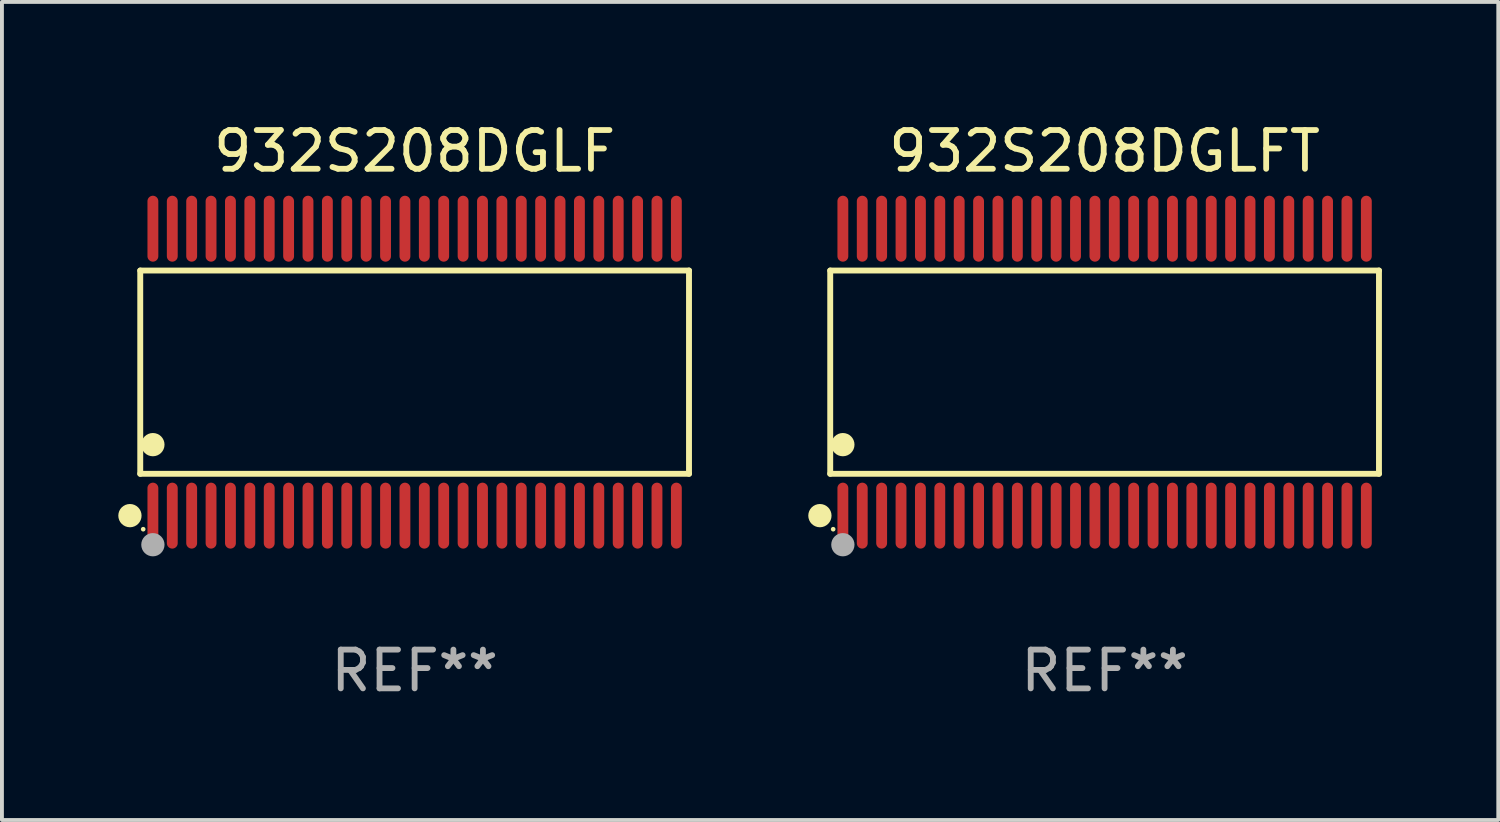
<source format=kicad_pcb>
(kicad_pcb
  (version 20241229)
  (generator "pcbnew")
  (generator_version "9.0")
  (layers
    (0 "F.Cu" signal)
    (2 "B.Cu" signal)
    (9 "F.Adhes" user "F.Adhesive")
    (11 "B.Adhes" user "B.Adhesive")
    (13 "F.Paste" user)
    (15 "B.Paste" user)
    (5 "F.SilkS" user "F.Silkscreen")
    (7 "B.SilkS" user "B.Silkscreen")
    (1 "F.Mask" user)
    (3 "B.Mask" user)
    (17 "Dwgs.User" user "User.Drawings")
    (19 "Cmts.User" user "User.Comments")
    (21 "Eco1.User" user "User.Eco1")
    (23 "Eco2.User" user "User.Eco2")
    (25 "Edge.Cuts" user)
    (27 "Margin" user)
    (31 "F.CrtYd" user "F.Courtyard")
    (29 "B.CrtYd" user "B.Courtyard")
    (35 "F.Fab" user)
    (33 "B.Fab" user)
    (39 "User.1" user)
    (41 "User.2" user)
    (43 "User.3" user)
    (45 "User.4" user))
  (footprint "932S208DGLFT"
    (layer "F.Cu")
    (at 25.437 6.548)
    (property "Reference" "932S208DGLFT" (at 0 -5.7 0) (layer "F.SilkS") (effects (font (size 1 1) (thickness 0.15))))
    (attr through_hole)
    (fp_line (start -7.076 -2.621) (end 7.076 -2.621) (stroke (width 0.152) (type solid)) (layer "F.SilkS"))
    (fp_line (start -7.076 2.621) (end -7.076 -2.621) (stroke (width 0.152) (type solid)) (layer "F.SilkS"))
    (fp_line (start 7.076 -2.621) (end 7.076 2.621) (stroke (width 0.152) (type solid)) (layer "F.SilkS"))
    (fp_line (start 7.076 2.621) (end -7.076 2.621) (stroke (width 0.152) (type solid)) (layer "F.SilkS"))
    (fp_circle (center -7.342 3.7) (end -7.192 3.7) (stroke (width 0.3) (type solid)) (fill no) (layer "F.SilkS"))
    (fp_circle (center -7 4.05) (end -6.97 4.05) (stroke (width 0.06) (type solid)) (fill no) (layer "F.SilkS"))
    (fp_circle (center -6.75 1.869) (end -6.6 1.869) (stroke (width 0.3) (type solid)) (fill no) (layer "F.SilkS"))
    (fp_circle (center -6.75 4.45) (end -6.6 4.45) (stroke (width 0.3) (type solid)) (fill no) (layer "F.Fab"))
    (fp_text user "REF**" (at 0 7.7 0) (layer "F.Fab") (effects (font (size 1 1) (thickness 0.15))))
    (pad "1" smd oval (at -6.75 3.7) (size 0.28 1.7) (layers "F.Cu" "F.Mask" "F.Paste"))
    (pad "2" smd oval (at -6.25 3.7) (size 0.28 1.7) (layers "F.Cu" "F.Mask" "F.Paste"))
    (pad "3" smd oval (at -5.75 3.7) (size 0.28 1.7) (layers "F.Cu" "F.Mask" "F.Paste"))
    (pad "4" smd oval (at -5.25 3.7) (size 0.28 1.7) (layers "F.Cu" "F.Mask" "F.Paste"))
    (pad "5" smd oval (at -4.75 3.7) (size 0.28 1.7) (layers "F.Cu" "F.Mask" "F.Paste"))
    (pad "6" smd oval (at -4.25 3.7) (size 0.28 1.7) (layers "F.Cu" "F.Mask" "F.Paste"))
    (pad "7" smd oval (at -3.75 3.7) (size 0.28 1.7) (layers "F.Cu" "F.Mask" "F.Paste"))
    (pad "8" smd oval (at -3.25 3.7) (size 0.28 1.7) (layers "F.Cu" "F.Mask" "F.Paste"))
    (pad "9" smd oval (at -2.75 3.7) (size 0.28 1.7) (layers "F.Cu" "F.Mask" "F.Paste"))
    (pad "10" smd oval (at -2.25 3.7) (size 0.28 1.7) (layers "F.Cu" "F.Mask" "F.Paste"))
    (pad "11" smd oval (at -1.75 3.7) (size 0.28 1.7) (layers "F.Cu" "F.Mask" "F.Paste"))
    (pad "12" smd oval (at -1.25 3.7) (size 0.28 1.7) (layers "F.Cu" "F.Mask" "F.Paste"))
    (pad "13" smd oval (at -0.75 3.7) (size 0.28 1.7) (layers "F.Cu" "F.Mask" "F.Paste"))
    (pad "14" smd oval (at -0.25 3.7) (size 0.28 1.7) (layers "F.Cu" "F.Mask" "F.Paste"))
    (pad "15" smd oval (at 0.25 3.7) (size 0.28 1.7) (layers "F.Cu" "F.Mask" "F.Paste"))
    (pad "16" smd oval (at 0.75 3.7) (size 0.28 1.7) (layers "F.Cu" "F.Mask" "F.Paste"))
    (pad "17" smd oval (at 1.25 3.7) (size 0.28 1.7) (layers "F.Cu" "F.Mask" "F.Paste"))
    (pad "18" smd oval (at 1.75 3.7) (size 0.28 1.7) (layers "F.Cu" "F.Mask" "F.Paste"))
    (pad "19" smd oval (at 2.25 3.7) (size 0.28 1.7) (layers "F.Cu" "F.Mask" "F.Paste"))
    (pad "20" smd oval (at 2.75 3.7) (size 0.28 1.7) (layers "F.Cu" "F.Mask" "F.Paste"))
    (pad "21" smd oval (at 3.25 3.7) (size 0.28 1.7) (layers "F.Cu" "F.Mask" "F.Paste"))
    (pad "22" smd oval (at 3.75 3.7) (size 0.28 1.7) (layers "F.Cu" "F.Mask" "F.Paste"))
    (pad "23" smd oval (at 4.25 3.7) (size 0.28 1.7) (layers "F.Cu" "F.Mask" "F.Paste"))
    (pad "24" smd oval (at 4.75 3.7) (size 0.28 1.7) (layers "F.Cu" "F.Mask" "F.Paste"))
    (pad "25" smd oval (at 5.25 3.7) (size 0.28 1.7) (layers "F.Cu" "F.Mask" "F.Paste"))
    (pad "26" smd oval (at 5.75 3.7) (size 0.28 1.7) (layers "F.Cu" "F.Mask" "F.Paste"))
    (pad "27" smd oval (at 6.25 3.7) (size 0.28 1.7) (layers "F.Cu" "F.Mask" "F.Paste"))
    (pad "28" smd oval (at 6.75 3.7) (size 0.28 1.7) (layers "F.Cu" "F.Mask" "F.Paste"))
    (pad "29" smd oval (at 6.75 -3.7) (size 0.28 1.7) (layers "F.Cu" "F.Mask" "F.Paste"))
    (pad "30" smd oval (at 6.25 -3.7) (size 0.28 1.7) (layers "F.Cu" "F.Mask" "F.Paste"))
    (pad "31" smd oval (at 5.75 -3.7) (size 0.28 1.7) (layers "F.Cu" "F.Mask" "F.Paste"))
    (pad "32" smd oval (at 5.25 -3.7) (size 0.28 1.7) (layers "F.Cu" "F.Mask" "F.Paste"))
    (pad "33" smd oval (at 4.75 -3.7) (size 0.28 1.7) (layers "F.Cu" "F.Mask" "F.Paste"))
    (pad "34" smd oval (at 4.25 -3.7) (size 0.28 1.7) (layers "F.Cu" "F.Mask" "F.Paste"))
    (pad "35" smd oval (at 3.75 -3.7) (size 0.28 1.7) (layers "F.Cu" "F.Mask" "F.Paste"))
    (pad "36" smd oval (at 3.25 -3.7) (size 0.28 1.7) (layers "F.Cu" "F.Mask" "F.Paste"))
    (pad "37" smd oval (at 2.75 -3.7) (size 0.28 1.7) (layers "F.Cu" "F.Mask" "F.Paste"))
    (pad "38" smd oval (at 2.25 -3.7) (size 0.28 1.7) (layers "F.Cu" "F.Mask" "F.Paste"))
    (pad "39" smd oval (at 1.75 -3.7) (size 0.28 1.7) (layers "F.Cu" "F.Mask" "F.Paste"))
    (pad "40" smd oval (at 1.25 -3.7) (size 0.28 1.7) (layers "F.Cu" "F.Mask" "F.Paste"))
    (pad "41" smd oval (at 0.75 -3.7) (size 0.28 1.7) (layers "F.Cu" "F.Mask" "F.Paste"))
    (pad "42" smd oval (at 0.25 -3.7) (size 0.28 1.7) (layers "F.Cu" "F.Mask" "F.Paste"))
    (pad "43" smd oval (at -0.25 -3.7) (size 0.28 1.7) (layers "F.Cu" "F.Mask" "F.Paste"))
    (pad "44" smd oval (at -0.75 -3.7) (size 0.28 1.7) (layers "F.Cu" "F.Mask" "F.Paste"))
    (pad "45" smd oval (at -1.25 -3.7) (size 0.28 1.7) (layers "F.Cu" "F.Mask" "F.Paste"))
    (pad "46" smd oval (at -1.75 -3.7) (size 0.28 1.7) (layers "F.Cu" "F.Mask" "F.Paste"))
    (pad "47" smd oval (at -2.25 -3.7) (size 0.28 1.7) (layers "F.Cu" "F.Mask" "F.Paste"))
    (pad "48" smd oval (at -2.75 -3.7) (size 0.28 1.7) (layers "F.Cu" "F.Mask" "F.Paste"))
    (pad "49" smd oval (at -3.25 -3.7) (size 0.28 1.7) (layers "F.Cu" "F.Mask" "F.Paste"))
    (pad "50" smd oval (at -3.75 -3.7) (size 0.28 1.7) (layers "F.Cu" "F.Mask" "F.Paste"))
    (pad "51" smd oval (at -4.25 -3.7) (size 0.28 1.7) (layers "F.Cu" "F.Mask" "F.Paste"))
    (pad "52" smd oval (at -4.75 -3.7) (size 0.28 1.7) (layers "F.Cu" "F.Mask" "F.Paste"))
    (pad "53" smd oval (at -5.25 -3.7) (size 0.28 1.7) (layers "F.Cu" "F.Mask" "F.Paste"))
    (pad "54" smd oval (at -5.75 -3.7) (size 0.28 1.7) (layers "F.Cu" "F.Mask" "F.Paste"))
    (pad "55" smd oval (at -6.25 -3.7) (size 0.28 1.7) (layers "F.Cu" "F.Mask" "F.Paste"))
    (pad "56" smd oval (at -6.75 -3.7) (size 0.28 1.7) (layers "F.Cu" "F.Mask" "F.Paste")))
  (footprint "932S208DGLF"
    (layer "F.Cu")
    (at 7.643 6.548)
    (property "Reference" "932S208DGLF" (at 0 -5.7 0) (layer "F.SilkS") (effects (font (size 1 1) (thickness 0.15))))
    (attr through_hole)
    (fp_line (start -7.076 -2.621) (end 7.076 -2.621) (stroke (width 0.152) (type solid)) (layer "F.SilkS"))
    (fp_line (start -7.076 2.621) (end -7.076 -2.621) (stroke (width 0.152) (type solid)) (layer "F.SilkS"))
    (fp_line (start 7.076 -2.621) (end 7.076 2.621) (stroke (width 0.152) (type solid)) (layer "F.SilkS"))
    (fp_line (start 7.076 2.621) (end -7.076 2.621) (stroke (width 0.152) (type solid)) (layer "F.SilkS"))
    (fp_circle (center -7.342 3.7) (end -7.192 3.7) (stroke (width 0.3) (type solid)) (fill no) (layer "F.SilkS"))
    (fp_circle (center -7 4.05) (end -6.97 4.05) (stroke (width 0.06) (type solid)) (fill no) (layer "F.SilkS"))
    (fp_circle (center -6.75 1.869) (end -6.6 1.869) (stroke (width 0.3) (type solid)) (fill no) (layer "F.SilkS"))
    (fp_circle (center -6.75 4.45) (end -6.6 4.45) (stroke (width 0.3) (type solid)) (fill no) (layer "F.Fab"))
    (fp_text user "REF**" (at 0 7.7 0) (layer "F.Fab") (effects (font (size 1 1) (thickness 0.15))))
    (pad "1" smd oval (at -6.75 3.7) (size 0.28 1.7) (layers "F.Cu" "F.Mask" "F.Paste"))
    (pad "2" smd oval (at -6.25 3.7) (size 0.28 1.7) (layers "F.Cu" "F.Mask" "F.Paste"))
    (pad "3" smd oval (at -5.75 3.7) (size 0.28 1.7) (layers "F.Cu" "F.Mask" "F.Paste"))
    (pad "4" smd oval (at -5.25 3.7) (size 0.28 1.7) (layers "F.Cu" "F.Mask" "F.Paste"))
    (pad "5" smd oval (at -4.75 3.7) (size 0.28 1.7) (layers "F.Cu" "F.Mask" "F.Paste"))
    (pad "6" smd oval (at -4.25 3.7) (size 0.28 1.7) (layers "F.Cu" "F.Mask" "F.Paste"))
    (pad "7" smd oval (at -3.75 3.7) (size 0.28 1.7) (layers "F.Cu" "F.Mask" "F.Paste"))
    (pad "8" smd oval (at -3.25 3.7) (size 0.28 1.7) (layers "F.Cu" "F.Mask" "F.Paste"))
    (pad "9" smd oval (at -2.75 3.7) (size 0.28 1.7) (layers "F.Cu" "F.Mask" "F.Paste"))
    (pad "10" smd oval (at -2.25 3.7) (size 0.28 1.7) (layers "F.Cu" "F.Mask" "F.Paste"))
    (pad "11" smd oval (at -1.75 3.7) (size 0.28 1.7) (layers "F.Cu" "F.Mask" "F.Paste"))
    (pad "12" smd oval (at -1.25 3.7) (size 0.28 1.7) (layers "F.Cu" "F.Mask" "F.Paste"))
    (pad "13" smd oval (at -0.75 3.7) (size 0.28 1.7) (layers "F.Cu" "F.Mask" "F.Paste"))
    (pad "14" smd oval (at -0.25 3.7) (size 0.28 1.7) (layers "F.Cu" "F.Mask" "F.Paste"))
    (pad "15" smd oval (at 0.25 3.7) (size 0.28 1.7) (layers "F.Cu" "F.Mask" "F.Paste"))
    (pad "16" smd oval (at 0.75 3.7) (size 0.28 1.7) (layers "F.Cu" "F.Mask" "F.Paste"))
    (pad "17" smd oval (at 1.25 3.7) (size 0.28 1.7) (layers "F.Cu" "F.Mask" "F.Paste"))
    (pad "18" smd oval (at 1.75 3.7) (size 0.28 1.7) (layers "F.Cu" "F.Mask" "F.Paste"))
    (pad "19" smd oval (at 2.25 3.7) (size 0.28 1.7) (layers "F.Cu" "F.Mask" "F.Paste"))
    (pad "20" smd oval (at 2.75 3.7) (size 0.28 1.7) (layers "F.Cu" "F.Mask" "F.Paste"))
    (pad "21" smd oval (at 3.25 3.7) (size 0.28 1.7) (layers "F.Cu" "F.Mask" "F.Paste"))
    (pad "22" smd oval (at 3.75 3.7) (size 0.28 1.7) (layers "F.Cu" "F.Mask" "F.Paste"))
    (pad "23" smd oval (at 4.25 3.7) (size 0.28 1.7) (layers "F.Cu" "F.Mask" "F.Paste"))
    (pad "24" smd oval (at 4.75 3.7) (size 0.28 1.7) (layers "F.Cu" "F.Mask" "F.Paste"))
    (pad "25" smd oval (at 5.25 3.7) (size 0.28 1.7) (layers "F.Cu" "F.Mask" "F.Paste"))
    (pad "26" smd oval (at 5.75 3.7) (size 0.28 1.7) (layers "F.Cu" "F.Mask" "F.Paste"))
    (pad "27" smd oval (at 6.25 3.7) (size 0.28 1.7) (layers "F.Cu" "F.Mask" "F.Paste"))
    (pad "28" smd oval (at 6.75 3.7) (size 0.28 1.7) (layers "F.Cu" "F.Mask" "F.Paste"))
    (pad "29" smd oval (at 6.75 -3.7) (size 0.28 1.7) (layers "F.Cu" "F.Mask" "F.Paste"))
    (pad "30" smd oval (at 6.25 -3.7) (size 0.28 1.7) (layers "F.Cu" "F.Mask" "F.Paste"))
    (pad "31" smd oval (at 5.75 -3.7) (size 0.28 1.7) (layers "F.Cu" "F.Mask" "F.Paste"))
    (pad "32" smd oval (at 5.25 -3.7) (size 0.28 1.7) (layers "F.Cu" "F.Mask" "F.Paste"))
    (pad "33" smd oval (at 4.75 -3.7) (size 0.28 1.7) (layers "F.Cu" "F.Mask" "F.Paste"))
    (pad "34" smd oval (at 4.25 -3.7) (size 0.28 1.7) (layers "F.Cu" "F.Mask" "F.Paste"))
    (pad "35" smd oval (at 3.75 -3.7) (size 0.28 1.7) (layers "F.Cu" "F.Mask" "F.Paste"))
    (pad "36" smd oval (at 3.25 -3.7) (size 0.28 1.7) (layers "F.Cu" "F.Mask" "F.Paste"))
    (pad "37" smd oval (at 2.75 -3.7) (size 0.28 1.7) (layers "F.Cu" "F.Mask" "F.Paste"))
    (pad "38" smd oval (at 2.25 -3.7) (size 0.28 1.7) (layers "F.Cu" "F.Mask" "F.Paste"))
    (pad "39" smd oval (at 1.75 -3.7) (size 0.28 1.7) (layers "F.Cu" "F.Mask" "F.Paste"))
    (pad "40" smd oval (at 1.25 -3.7) (size 0.28 1.7) (layers "F.Cu" "F.Mask" "F.Paste"))
    (pad "41" smd oval (at 0.75 -3.7) (size 0.28 1.7) (layers "F.Cu" "F.Mask" "F.Paste"))
    (pad "42" smd oval (at 0.25 -3.7) (size 0.28 1.7) (layers "F.Cu" "F.Mask" "F.Paste"))
    (pad "43" smd oval (at -0.25 -3.7) (size 0.28 1.7) (layers "F.Cu" "F.Mask" "F.Paste"))
    (pad "44" smd oval (at -0.75 -3.7) (size 0.28 1.7) (layers "F.Cu" "F.Mask" "F.Paste"))
    (pad "45" smd oval (at -1.25 -3.7) (size 0.28 1.7) (layers "F.Cu" "F.Mask" "F.Paste"))
    (pad "46" smd oval (at -1.75 -3.7) (size 0.28 1.7) (layers "F.Cu" "F.Mask" "F.Paste"))
    (pad "47" smd oval (at -2.25 -3.7) (size 0.28 1.7) (layers "F.Cu" "F.Mask" "F.Paste"))
    (pad "48" smd oval (at -2.75 -3.7) (size 0.28 1.7) (layers "F.Cu" "F.Mask" "F.Paste"))
    (pad "49" smd oval (at -3.25 -3.7) (size 0.28 1.7) (layers "F.Cu" "F.Mask" "F.Paste"))
    (pad "50" smd oval (at -3.75 -3.7) (size 0.28 1.7) (layers "F.Cu" "F.Mask" "F.Paste"))
    (pad "51" smd oval (at -4.25 -3.7) (size 0.28 1.7) (layers "F.Cu" "F.Mask" "F.Paste"))
    (pad "52" smd oval (at -4.75 -3.7) (size 0.28 1.7) (layers "F.Cu" "F.Mask" "F.Paste"))
    (pad "53" smd oval (at -5.25 -3.7) (size 0.28 1.7) (layers "F.Cu" "F.Mask" "F.Paste"))
    (pad "54" smd oval (at -5.75 -3.7) (size 0.28 1.7) (layers "F.Cu" "F.Mask" "F.Paste"))
    (pad "55" smd oval (at -6.25 -3.7) (size 0.28 1.7) (layers "F.Cu" "F.Mask" "F.Paste"))
    (pad "56" smd oval (at -6.75 -3.7) (size 0.28 1.7) (layers "F.Cu" "F.Mask" "F.Paste")))
  (gr_rect
    (start -3 -3)
    (end 35.59 18.097)
    (stroke (width 0.1) (type default))
    (fill no)
    (layer "Edge.Cuts")))
</source>
